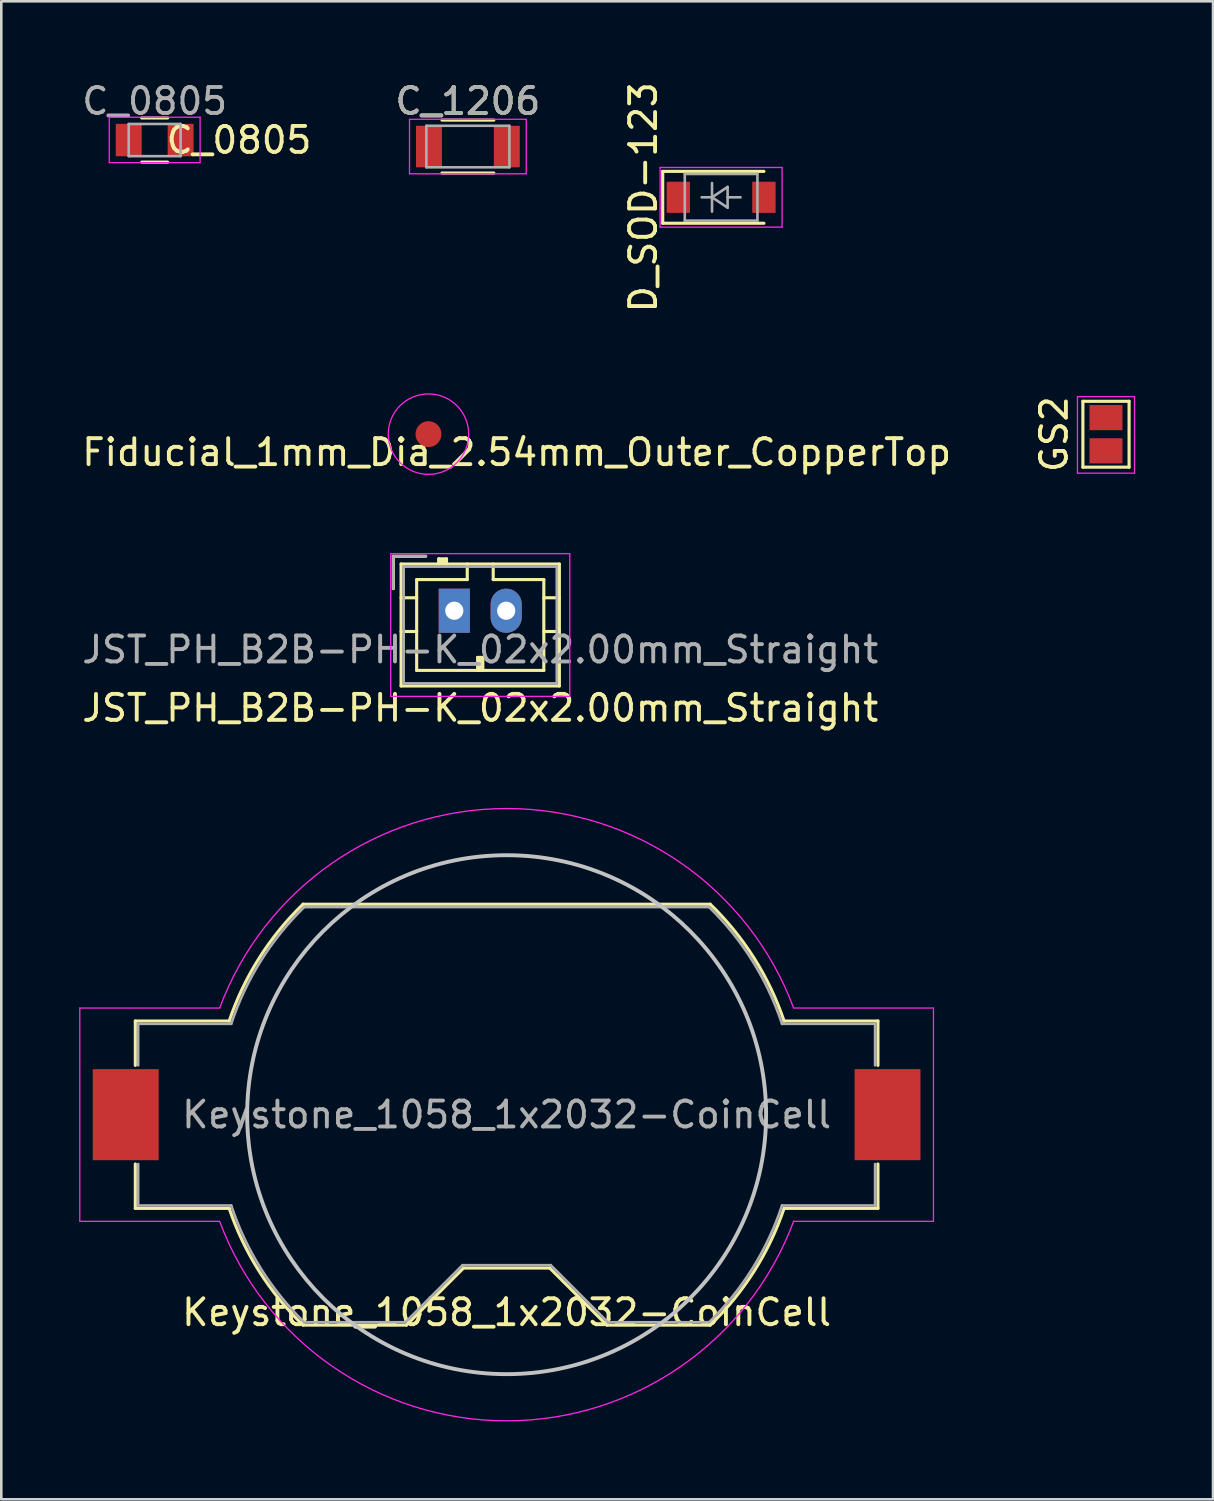
<source format=kicad_pcb>
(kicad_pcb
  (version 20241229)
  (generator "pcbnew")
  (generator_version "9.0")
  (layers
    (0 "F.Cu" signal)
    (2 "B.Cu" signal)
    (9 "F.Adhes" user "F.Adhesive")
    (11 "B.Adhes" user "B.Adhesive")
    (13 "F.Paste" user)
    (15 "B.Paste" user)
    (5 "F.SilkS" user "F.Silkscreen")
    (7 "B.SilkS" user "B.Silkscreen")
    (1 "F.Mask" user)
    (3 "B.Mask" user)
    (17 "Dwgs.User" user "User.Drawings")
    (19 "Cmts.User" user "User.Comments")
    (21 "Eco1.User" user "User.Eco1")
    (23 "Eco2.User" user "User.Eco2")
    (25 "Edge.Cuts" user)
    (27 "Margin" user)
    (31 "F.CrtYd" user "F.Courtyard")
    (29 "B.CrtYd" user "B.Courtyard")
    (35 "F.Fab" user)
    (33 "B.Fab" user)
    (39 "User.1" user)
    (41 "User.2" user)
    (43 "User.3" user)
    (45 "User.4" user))
  (footprint "C_0805"
    (layer "F.Cu")
    (at 2.911 2.348)
    (property "Reference" "C_0805" (at 3.25 0 0) (layer "F.SilkS") (effects (font (size 1 1) (thickness 0.15))))
    (attr smd)
    (fp_line (start -0.5 0.85) (end 0.5 0.85) (stroke (width 0.12) (type solid)) (layer "F.SilkS"))
    (fp_line (start 0.5 -0.85) (end -0.5 -0.85) (stroke (width 0.12) (type solid)) (layer "F.SilkS"))
    (fp_line (start -1.75 -0.88) (end -1.75 0.87) (stroke (width 0.05) (type solid)) (layer "F.CrtYd"))
    (fp_line (start -1.75 -0.88) (end 1.75 -0.88) (stroke (width 0.05) (type solid)) (layer "F.CrtYd"))
    (fp_line (start 1.75 0.87) (end -1.75 0.87) (stroke (width 0.05) (type solid)) (layer "F.CrtYd"))
    (fp_line (start 1.75 0.87) (end 1.75 -0.88) (stroke (width 0.05) (type solid)) (layer "F.CrtYd"))
    (fp_line (start -1 -0.62) (end 1 -0.62) (stroke (width 0.1) (type solid)) (layer "F.Fab"))
    (fp_line (start -1 0.62) (end -1 -0.62) (stroke (width 0.1) (type solid)) (layer "F.Fab"))
    (fp_line (start 1 -0.62) (end 1 0.62) (stroke (width 0.1) (type solid)) (layer "F.Fab"))
    (fp_line (start 1 0.62) (end -1 0.62) (stroke (width 0.1) (type solid)) (layer "F.Fab"))
    (fp_text user "${REFERENCE}" (at 0 -1.5 0) (layer "F.Fab") (effects (font (size 1 1) (thickness 0.15))))
    (pad "1" smd rect (at -1 0) (size 1 1.25) (layers "F.Cu" "F.Mask" "F.Paste"))
    (pad "2" smd rect (at 1 0) (size 1 1.25) (layers "F.Cu" "F.Mask" "F.Paste")))
  (footprint "JST_PH_B2B-PH-K_02x2.00mm_Straight"
    (layer "F.Cu")
    (at 14.458 20.487)
    (property "Reference" "JST_PH_B2B-PH-K_02x2.00mm_Straight" (at 1 3.75 0) (layer "F.SilkS") (effects (font (size 1 1) (thickness 0.15))))
    (attr through_hole)
    (fp_line (start -2.35 -2.1) (end -2.35 -0.85) (stroke (width 0.12) (type solid)) (layer "F.SilkS"))
    (fp_line (start -2.05 -1.8) (end -2.05 2.9) (stroke (width 0.12) (type solid)) (layer "F.SilkS"))
    (fp_line (start -2.05 -0.5) (end -1.45 -0.5) (stroke (width 0.12) (type solid)) (layer "F.SilkS"))
    (fp_line (start -2.05 0.8) (end -1.45 0.8) (stroke (width 0.12) (type solid)) (layer "F.SilkS"))
    (fp_line (start -2.05 2.9) (end 4.05 2.9) (stroke (width 0.12) (type solid)) (layer "F.SilkS"))
    (fp_line (start -1.45 -1.2) (end -1.45 2.3) (stroke (width 0.12) (type solid)) (layer "F.SilkS"))
    (fp_line (start -1.45 2.3) (end 3.45 2.3) (stroke (width 0.12) (type solid)) (layer "F.SilkS"))
    (fp_line (start -1.1 -2.1) (end -2.35 -2.1) (stroke (width 0.12) (type solid)) (layer "F.SilkS"))
    (fp_line (start -0.6 -2) (end -0.6 -1.8) (stroke (width 0.12) (type solid)) (layer "F.SilkS"))
    (fp_line (start -0.3 -2) (end -0.6 -2) (stroke (width 0.12) (type solid)) (layer "F.SilkS"))
    (fp_line (start -0.3 -1.9) (end -0.6 -1.9) (stroke (width 0.12) (type solid)) (layer "F.SilkS"))
    (fp_line (start -0.3 -1.8) (end -0.3 -2) (stroke (width 0.12) (type solid)) (layer "F.SilkS"))
    (fp_line (start 0.5 -1.8) (end 0.5 -1.2) (stroke (width 0.12) (type solid)) (layer "F.SilkS"))
    (fp_line (start 0.5 -1.2) (end -1.45 -1.2) (stroke (width 0.12) (type solid)) (layer "F.SilkS"))
    (fp_line (start 0.9 1.8) (end 1.1 1.8) (stroke (width 0.12) (type solid)) (layer "F.SilkS"))
    (fp_line (start 0.9 2.3) (end 0.9 1.8) (stroke (width 0.12) (type solid)) (layer "F.SilkS"))
    (fp_line (start 1 2.3) (end 1 1.8) (stroke (width 0.12) (type solid)) (layer "F.SilkS"))
    (fp_line (start 1.1 1.8) (end 1.1 2.3) (stroke (width 0.12) (type solid)) (layer "F.SilkS"))
    (fp_line (start 1.5 -1.2) (end 1.5 -1.8) (stroke (width 0.12) (type solid)) (layer "F.SilkS"))
    (fp_line (start 3.45 -1.2) (end 1.5 -1.2) (stroke (width 0.12) (type solid)) (layer "F.SilkS"))
    (fp_line (start 3.45 2.3) (end 3.45 -1.2) (stroke (width 0.12) (type solid)) (layer "F.SilkS"))
    (fp_line (start 4.05 -1.8) (end -2.05 -1.8) (stroke (width 0.12) (type solid)) (layer "F.SilkS"))
    (fp_line (start 4.05 -0.5) (end 3.45 -0.5) (stroke (width 0.12) (type solid)) (layer "F.SilkS"))
    (fp_line (start 4.05 0.8) (end 3.45 0.8) (stroke (width 0.12) (type solid)) (layer "F.SilkS"))
    (fp_line (start 4.05 2.9) (end 4.05 -1.8) (stroke (width 0.12) (type solid)) (layer "F.SilkS"))
    (fp_line (start -2.45 -2.2) (end -2.45 3.3) (stroke (width 0.05) (type solid)) (layer "F.CrtYd"))
    (fp_line (start -2.45 3.3) (end 4.45 3.3) (stroke (width 0.05) (type solid)) (layer "F.CrtYd"))
    (fp_line (start 4.45 -2.2) (end -2.45 -2.2) (stroke (width 0.05) (type solid)) (layer "F.CrtYd"))
    (fp_line (start 4.45 3.3) (end 4.45 -2.2) (stroke (width 0.05) (type solid)) (layer "F.CrtYd"))
    (fp_line (start -2.35 -2.1) (end -2.35 -0.85) (stroke (width 0.1) (type solid)) (layer "F.Fab"))
    (fp_line (start -1.95 -1.7) (end -1.95 2.8) (stroke (width 0.1) (type solid)) (layer "F.Fab"))
    (fp_line (start -1.95 2.8) (end 3.95 2.8) (stroke (width 0.1) (type solid)) (layer "F.Fab"))
    (fp_line (start -1.1 -2.1) (end -2.35 -2.1) (stroke (width 0.1) (type solid)) (layer "F.Fab"))
    (fp_line (start 3.95 -1.7) (end -1.95 -1.7) (stroke (width 0.1) (type solid)) (layer "F.Fab"))
    (fp_line (start 3.95 2.8) (end 3.95 -1.7) (stroke (width 0.1) (type solid)) (layer "F.Fab"))
    (fp_text user "${REFERENCE}" (at 1 1.5 0) (layer "F.Fab") (effects (font (size 1 1) (thickness 0.15))))
    (pad "1" thru_hole rect (at 0 0) (size 1.2 1.7) (drill 0.7) (layers "*.Cu" "*.Mask"))
    (pad "2" thru_hole oval (at 2 0) (size 1.2 1.7) (drill 0.7) (layers "*.Cu" "*.Mask")))
  (footprint "Fiducial_1mm_Dia_2.54mm_Outer_CopperTop"
    (layer "F.Cu")
    (at 13.463 13.682)
    (property "Reference" "Fiducial_1mm_Dia_2.54mm_Outer_CopperTop" (at 3.4 0.7 0) (layer "F.SilkS") (effects (font (size 1 1) (thickness 0.15))))
    (attr exclude_from_pos_files exclude_from_bom)
    (fp_circle (center 0 0) (end 1.55 0) (stroke (width 0.05) (type solid)) (fill no) (layer "F.CrtYd"))
    (pad "~" smd circle (at 0 0) (size 1 1) (layers "F.Cu" "F.Mask")))
  (footprint "D_SOD-123"
    (layer "F.Cu")
    (at 24.741 4.554)
    (property "Reference" "D_SOD-123" (at -3 0 90) (layer "F.SilkS") (effects (font (size 1 1) (thickness 0.15))))
    (attr smd)
    (fp_line (start -2.25 -1) (end -2.25 1) (stroke (width 0.12) (type solid)) (layer "F.SilkS"))
    (fp_line (start -2.25 -1) (end 1.65 -1) (stroke (width 0.12) (type solid)) (layer "F.SilkS"))
    (fp_line (start -2.25 1) (end 1.65 1) (stroke (width 0.12) (type solid)) (layer "F.SilkS"))
    (fp_line (start -2.35 -1.15) (end -2.35 1.15) (stroke (width 0.05) (type solid)) (layer "F.CrtYd"))
    (fp_line (start -2.35 -1.15) (end 2.35 -1.15) (stroke (width 0.05) (type solid)) (layer "F.CrtYd"))
    (fp_line (start 2.35 -1.15) (end 2.35 1.15) (stroke (width 0.05) (type solid)) (layer "F.CrtYd"))
    (fp_line (start 2.35 1.15) (end -2.35 1.15) (stroke (width 0.05) (type solid)) (layer "F.CrtYd"))
    (fp_line (start -1.4 -0.9) (end 1.4 -0.9) (stroke (width 0.1) (type solid)) (layer "F.Fab"))
    (fp_line (start -1.4 0.9) (end -1.4 -0.9) (stroke (width 0.1) (type solid)) (layer "F.Fab"))
    (fp_line (start -0.75 0) (end -0.35 0) (stroke (width 0.1) (type solid)) (layer "F.Fab"))
    (fp_line (start -0.35 0) (end -0.35 -0.55) (stroke (width 0.1) (type solid)) (layer "F.Fab"))
    (fp_line (start -0.35 0) (end -0.35 0.55) (stroke (width 0.1) (type solid)) (layer "F.Fab"))
    (fp_line (start -0.35 0) (end 0.25 -0.4) (stroke (width 0.1) (type solid)) (layer "F.Fab"))
    (fp_line (start 0.25 -0.4) (end 0.25 0.4) (stroke (width 0.1) (type solid)) (layer "F.Fab"))
    (fp_line (start 0.25 0) (end 0.75 0) (stroke (width 0.1) (type solid)) (layer "F.Fab"))
    (fp_line (start 0.25 0.4) (end -0.35 0) (stroke (width 0.1) (type solid)) (layer "F.Fab"))
    (fp_line (start 1.4 -0.9) (end 1.4 0.9) (stroke (width 0.1) (type solid)) (layer "F.Fab"))
    (fp_line (start 1.4 0.9) (end -1.4 0.9) (stroke (width 0.1) (type solid)) (layer "F.Fab"))
    (pad "1" smd rect (at -1.65 0) (size 0.9 1.2) (layers "F.Cu" "F.Mask" "F.Paste"))
    (pad "2" smd rect (at 1.65 0) (size 0.9 1.2) (layers "F.Cu" "F.Mask" "F.Paste")))
  (footprint "GS2"
    (layer "F.Cu")
    (at 39.574 13.685)
    (property "Reference" "GS2" (at -2 0 90) (layer "F.SilkS") (effects (font (size 1 1) (thickness 0.15))))
    (attr exclude_from_pos_files exclude_from_bom)
    (fp_line (start -0.89 -1.27) (end -0.89 1.27) (stroke (width 0.12) (type solid)) (layer "F.SilkS"))
    (fp_line (start -0.89 -1.27) (end 0.89 -1.27) (stroke (width 0.12) (type solid)) (layer "F.SilkS"))
    (fp_line (start 0.89 1.27) (end -0.89 1.27) (stroke (width 0.12) (type solid)) (layer "F.SilkS"))
    (fp_line (start 0.89 1.27) (end 0.89 -1.27) (stroke (width 0.12) (type solid)) (layer "F.SilkS"))
    (fp_line (start -1.1 -1.45) (end 1.1 -1.45) (stroke (width 0.05) (type solid)) (layer "F.CrtYd"))
    (fp_line (start -1.1 1.5) (end -1.1 -1.45) (stroke (width 0.05) (type solid)) (layer "F.CrtYd"))
    (fp_line (start 1.1 -1.45) (end 1.1 1.5) (stroke (width 0.05) (type solid)) (layer "F.CrtYd"))
    (fp_line (start 1.1 1.5) (end -1.1 1.5) (stroke (width 0.05) (type solid)) (layer "F.CrtYd"))
    (pad "1" smd rect (at 0 -0.64) (size 1.27 0.97) (layers "F.Cu" "F.Mask"))
    (pad "2" smd rect (at 0 0.64) (size 1.27 0.97) (layers "F.Cu" "F.Mask")))
  (footprint "C_1206"
    (layer "F.Cu")
    (at 14.982 2.598)
    (property "Reference" "C_1206" (at 0 -1.75 0) (layer "F.SilkS") (effects (font (size 1 1) (thickness 0.15))))
    (attr smd)
    (fp_line (start -1 1.02) (end 1 1.02) (stroke (width 0.12) (type solid)) (layer "F.SilkS"))
    (fp_line (start 1 -1.02) (end -1 -1.02) (stroke (width 0.12) (type solid)) (layer "F.SilkS"))
    (fp_line (start -2.25 -1.05) (end -2.25 1.05) (stroke (width 0.05) (type solid)) (layer "F.CrtYd"))
    (fp_line (start -2.25 -1.05) (end 2.25 -1.05) (stroke (width 0.05) (type solid)) (layer "F.CrtYd"))
    (fp_line (start 2.25 1.05) (end -2.25 1.05) (stroke (width 0.05) (type solid)) (layer "F.CrtYd"))
    (fp_line (start 2.25 1.05) (end 2.25 -1.05) (stroke (width 0.05) (type solid)) (layer "F.CrtYd"))
    (fp_line (start -1.6 -0.8) (end 1.6 -0.8) (stroke (width 0.1) (type solid)) (layer "F.Fab"))
    (fp_line (start -1.6 0.8) (end -1.6 -0.8) (stroke (width 0.1) (type solid)) (layer "F.Fab"))
    (fp_line (start 1.6 -0.8) (end 1.6 0.8) (stroke (width 0.1) (type solid)) (layer "F.Fab"))
    (fp_line (start 1.6 0.8) (end -1.6 0.8) (stroke (width 0.1) (type solid)) (layer "F.Fab"))
    (fp_text user "${REFERENCE}" (at 0 -1.75 0) (layer "F.Fab") (effects (font (size 1 1) (thickness 0.15))))
    (pad "1" smd rect (at -1.5 0) (size 1 1.6) (layers "F.Cu" "F.Mask" "F.Paste"))
    (pad "2" smd rect (at 1.5 0) (size 1 1.6) (layers "F.Cu" "F.Mask" "F.Paste")))
  (footprint "Keystone_1058_1x2032-CoinCell"
    (layer "F.Cu")
    (at 16.475 39.909)
    (property "Reference" "Keystone_1058_1x2032-CoinCell" (at 0 7.62 0) (layer "F.SilkS") (effects (font (size 1 1) (thickness 0.15))))
    (attr smd)
    (fp_line (start -14.31 -3.61) (end -10.692 -3.61) (stroke (width 0.12) (type solid)) (layer "F.SilkS"))
    (fp_line (start -14.31 -1.9) (end -14.31 -3.61) (stroke (width 0.12) (type solid)) (layer "F.SilkS"))
    (fp_line (start -14.31 1.9) (end -14.31 3.61) (stroke (width 0.12) (type solid)) (layer "F.SilkS"))
    (fp_line (start -10.692 3.61) (end -14.31 3.61) (stroke (width 0.12) (type solid)) (layer "F.SilkS"))
    (fp_line (start -7.847 -8.11) (end 7.847 -8.11) (stroke (width 0.12) (type solid)) (layer "F.SilkS"))
    (fp_line (start -3.86 8.11) (end -7.847 8.11) (stroke (width 0.12) (type solid)) (layer "F.SilkS"))
    (fp_line (start -1.66 5.91) (end -3.86 8.11) (stroke (width 0.12) (type solid)) (layer "F.SilkS"))
    (fp_line (start 1.66 5.91) (end -1.66 5.91) (stroke (width 0.12) (type solid)) (layer "F.SilkS"))
    (fp_line (start 1.66 5.91) (end 3.86 8.11) (stroke (width 0.12) (type solid)) (layer "F.SilkS"))
    (fp_line (start 7.847 8.11) (end 3.86 8.11) (stroke (width 0.12) (type solid)) (layer "F.SilkS"))
    (fp_line (start 10.692 -3.61) (end 14.31 -3.61) (stroke (width 0.12) (type solid)) (layer "F.SilkS"))
    (fp_line (start 14.31 -1.9) (end 14.31 -3.61) (stroke (width 0.12) (type solid)) (layer "F.SilkS"))
    (fp_line (start 14.31 1.9) (end 14.31 3.61) (stroke (width 0.12) (type solid)) (layer "F.SilkS"))
    (fp_line (start 14.31 3.61) (end 10.692 3.61) (stroke (width 0.12) (type solid)) (layer "F.SilkS"))
    (fp_arc (start -10.692 -3.61) (mid -9.538084 -6.031244) (end -7.845371 -8.111789) (stroke (width 0.12) (type solid)) (layer "F.SilkS"))
    (fp_arc (start -7.845371 8.111789) (mid -9.538085 6.031244) (end -10.692 3.61) (stroke (width 0.12) (type solid)) (layer "F.SilkS"))
    (fp_arc (start 7.845371 -8.111789) (mid 9.538085 -6.031244) (end 10.692 -3.61) (stroke (width 0.12) (type solid)) (layer "F.SilkS"))
    (fp_arc (start 10.692 3.61) (mid 9.538084 6.031244) (end 7.845371 8.111789) (stroke (width 0.12) (type solid)) (layer "F.SilkS"))
    (fp_circle (center 0 0) (end 10 0) (stroke (width 0.15) (type solid)) (fill no) (layer "Dwgs.User"))
    (fp_line (start -16.45 -4.11) (end -16.45 4.11) (stroke (width 0.05) (type solid)) (layer "F.CrtYd"))
    (fp_line (start -16.45 -4.11) (end -11.06 -4.11) (stroke (width 0.05) (type solid)) (layer "F.CrtYd"))
    (fp_line (start -16.45 4.11) (end -11.06 4.11) (stroke (width 0.05) (type solid)) (layer "F.CrtYd"))
    (fp_line (start 11.06 4.11) (end 16.45 4.11) (stroke (width 0.05) (type solid)) (layer "F.CrtYd"))
    (fp_line (start 16.45 -4.11) (end 11.06 -4.11) (stroke (width 0.05) (type solid)) (layer "F.CrtYd"))
    (fp_line (start 16.45 4.11) (end 16.45 -4.11) (stroke (width 0.05) (type solid)) (layer "F.CrtYd"))
    (fp_arc (start -11.06 -4.11) (mid -0.002978 -11.79897) (end 11.057924 -4.115582) (stroke (width 0.05) (type solid)) (layer "F.CrtYd"))
    (fp_arc (start 11.06 4.11) (mid 0.002978 11.79897) (end -11.057924 4.115582) (stroke (width 0.05) (type solid)) (layer "F.CrtYd"))
    (fp_line (start -14.2 -3.5) (end -14.2 -1.9) (stroke (width 0.1) (type solid)) (layer "F.Fab"))
    (fp_line (start -14.2 -3.5) (end -10.613 -3.5) (stroke (width 0.1) (type solid)) (layer "F.Fab"))
    (fp_line (start -14.2 1.9) (end -14.2 3.5) (stroke (width 0.1) (type solid)) (layer "F.Fab"))
    (fp_line (start -14.2 3.5) (end -10.613 3.5) (stroke (width 0.1) (type solid)) (layer "F.Fab"))
    (fp_line (start -7.803 -8) (end 7.803 -8) (stroke (width 0.1) (type solid)) (layer "F.Fab"))
    (fp_line (start -3.9 8) (end -7.803 8) (stroke (width 0.1) (type solid)) (layer "F.Fab"))
    (fp_line (start -1.7 5.8) (end -3.9 8) (stroke (width 0.1) (type solid)) (layer "F.Fab"))
    (fp_line (start -1.7 5.8) (end 1.7 5.8) (stroke (width 0.1) (type solid)) (layer "F.Fab"))
    (fp_line (start 1.7 5.8) (end 3.9 8) (stroke (width 0.1) (type solid)) (layer "F.Fab"))
    (fp_line (start 3.9 8) (end 7.803 8) (stroke (width 0.1) (type solid)) (layer "F.Fab"))
    (fp_line (start 10.613 -3.5) (end 14.2 -3.5) (stroke (width 0.1) (type solid)) (layer "F.Fab"))
    (fp_line (start 14.2 -3.5) (end 14.2 -1.9) (stroke (width 0.1) (type solid)) (layer "F.Fab"))
    (fp_line (start 14.2 1.9) (end 14.2 3.5) (stroke (width 0.1) (type solid)) (layer "F.Fab"))
    (fp_line (start 14.2 3.5) (end 10.613 3.5) (stroke (width 0.1) (type solid)) (layer "F.Fab"))
    (fp_arc (start -10.61275 -3.5) (mid -9.478596 -5.919179) (end -7.802602 -7.999992) (stroke (width 0.1) (type solid)) (layer "F.Fab"))
    (fp_arc (start -7.802602 7.999992) (mid -9.478596 5.91918) (end -10.61275 3.5) (stroke (width 0.1) (type solid)) (layer "F.Fab"))
    (fp_arc (start 7.802602 -7.999992) (mid 9.478596 -5.91918) (end 10.61275 -3.5) (stroke (width 0.1) (type solid)) (layer "F.Fab"))
    (fp_arc (start 10.61275 3.5) (mid 9.478596 5.919179) (end 7.802602 7.999992) (stroke (width 0.1) (type solid)) (layer "F.Fab"))
    (fp_text user "${REFERENCE}" (at 0 0 0) (layer "F.Fab") (effects (font (size 1 1) (thickness 0.15))))
    (pad "1" smd rect (at -14.68 0) (size 2.54 3.51) (layers "F.Cu" "F.Mask" "F.Paste"))
    (pad "2" smd rect (at 14.68 0) (size 2.54 3.51) (layers "F.Cu" "F.Mask" "F.Paste")))
  (gr_rect
    (start -3 -3)
    (end 43.699 54.733)
    (stroke (width 0.1) (type default))
    (fill no)
    (layer "Edge.Cuts")))
</source>
